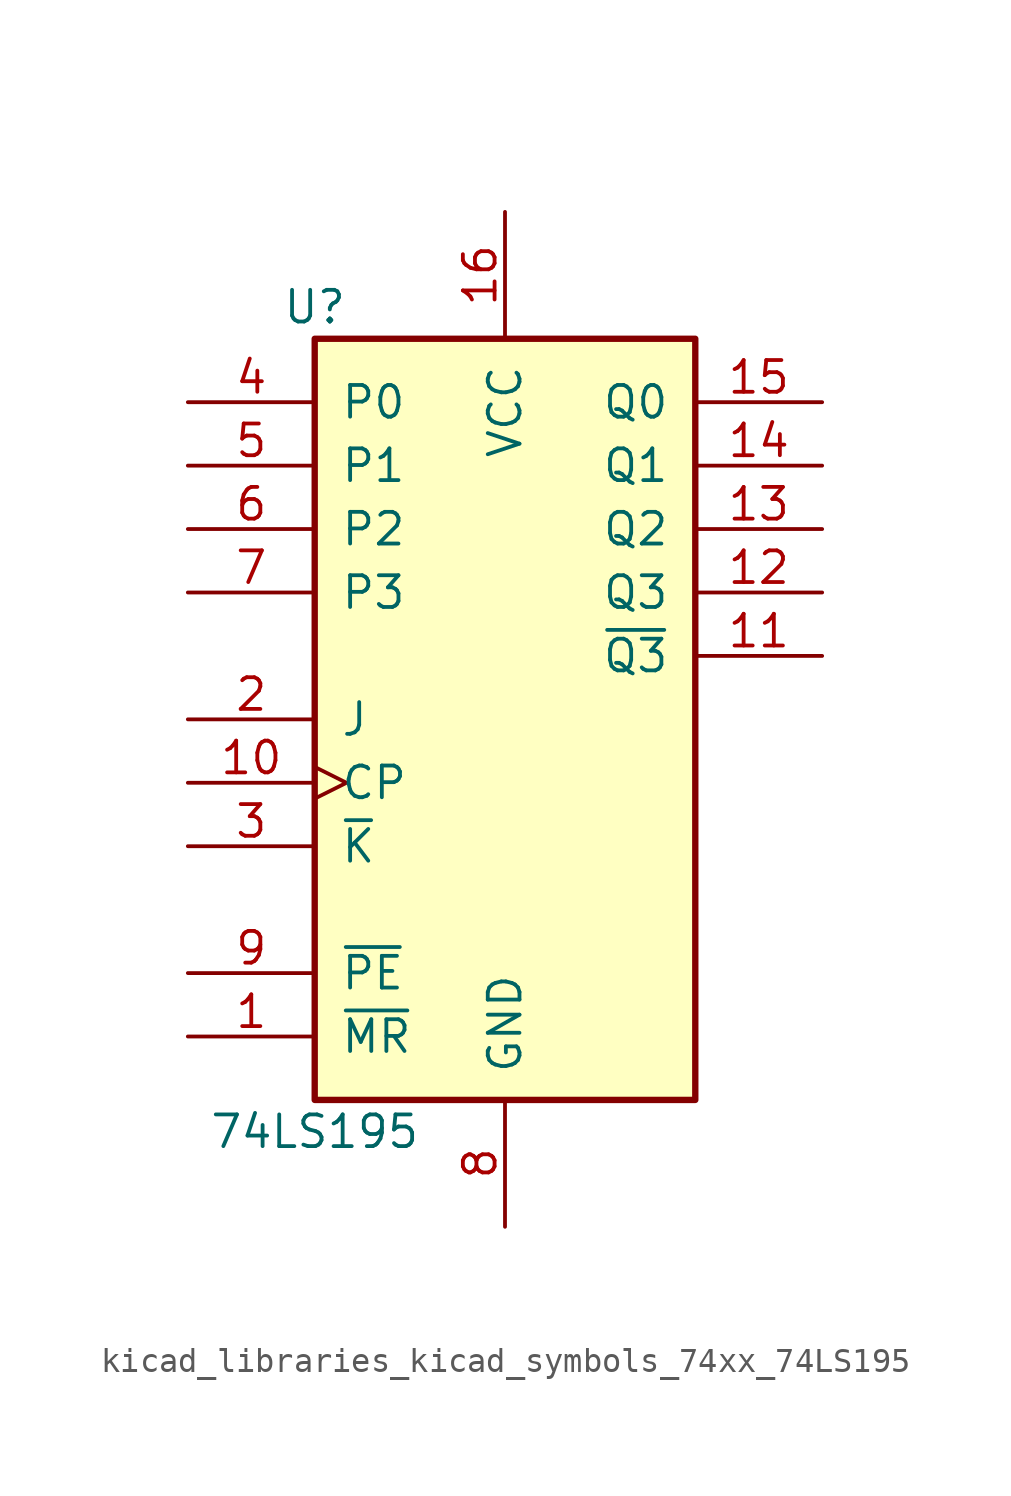
<source format=kicad_sym>
(kicad_symbol_lib
  (version 20220914)
  (generator kicad_symbol_editor)
  (symbol "kicad_libraries_kicad_symbols_74xx_74LS195"
    (pin_names
      (offset 1.016))
    (property "Reference" "U"
      (at -7.62 16.51 0)
      (effects (font (size 1.27 1.27))))
    (property "Value" "74LS195"
      (at -7.62 -16.51 0)
      (effects (font (size 1.27 1.27))))
    (property "ki_locked" ""
      (at 0 0 0)
      (effects (font (size 1.27 1.27))))
    (symbol "kicad_libraries_kicad_symbols_74xx_74LS195_1_0"
      (pin input line (at -12.7 -12.7 0) (length 5.08) (name "~{MR}" (effects (font (size 1.27 1.27)))) (number "1" (effects (font (size 1.27 1.27)))))
      (pin input clock (at -12.7 -2.54 0) (length 5.08) (name "CP" (effects (font (size 1.27 1.27)))) (number "10" (effects (font (size 1.27 1.27)))))
      (pin output line (at 12.7 2.54 180) (length 5.08) (name "~{Q3}" (effects (font (size 1.27 1.27)))) (number "11" (effects (font (size 1.27 1.27)))))
      (pin output line (at 12.7 5.08 180) (length 5.08) (name "Q3" (effects (font (size 1.27 1.27)))) (number "12" (effects (font (size 1.27 1.27)))))
      (pin output line (at 12.7 7.62 180) (length 5.08) (name "Q2" (effects (font (size 1.27 1.27)))) (number "13" (effects (font (size 1.27 1.27)))))
      (pin output line (at 12.7 10.16 180) (length 5.08) (name "Q1" (effects (font (size 1.27 1.27)))) (number "14" (effects (font (size 1.27 1.27)))))
      (pin output line (at 12.7 12.7 180) (length 5.08) (name "Q0" (effects (font (size 1.27 1.27)))) (number "15" (effects (font (size 1.27 1.27)))))
      (pin power_in line (at 0 20.32 270) (length 5.08) (name "VCC" (effects (font (size 1.27 1.27)))) (number "16" (effects (font (size 1.27 1.27)))))
      (pin input line (at -12.7 0 0) (length 5.08) (name "J" (effects (font (size 1.27 1.27)))) (number "2" (effects (font (size 1.27 1.27)))))
      (pin input line (at -12.7 -5.08 0) (length 5.08) (name "~{K}" (effects (font (size 1.27 1.27)))) (number "3" (effects (font (size 1.27 1.27)))))
      (pin input line (at -12.7 12.7 0) (length 5.08) (name "P0" (effects (font (size 1.27 1.27)))) (number "4" (effects (font (size 1.27 1.27)))))
      (pin input line (at -12.7 10.16 0) (length 5.08) (name "P1" (effects (font (size 1.27 1.27)))) (number "5" (effects (font (size 1.27 1.27)))))
      (pin input line (at -12.7 7.62 0) (length 5.08) (name "P2" (effects (font (size 1.27 1.27)))) (number "6" (effects (font (size 1.27 1.27)))))
      (pin input line (at -12.7 5.08 0) (length 5.08) (name "P3" (effects (font (size 1.27 1.27)))) (number "7" (effects (font (size 1.27 1.27)))))
      (pin power_in line (at 0 -20.32 90) (length 5.08) (name "GND" (effects (font (size 1.27 1.27)))) (number "8" (effects (font (size 1.27 1.27)))))
      (pin input line (at -12.7 -10.16 0) (length 5.08) (name "~{PE}" (effects (font (size 1.27 1.27)))) (number "9" (effects (font (size 1.27 1.27))))))
    (symbol "kicad_libraries_kicad_symbols_74xx_74LS195_1_1"
      (rectangle (start -7.62 15.24) (end 7.62 -15.24) (stroke (width 0.254) (type default)) (fill (type background))))))
</source>
